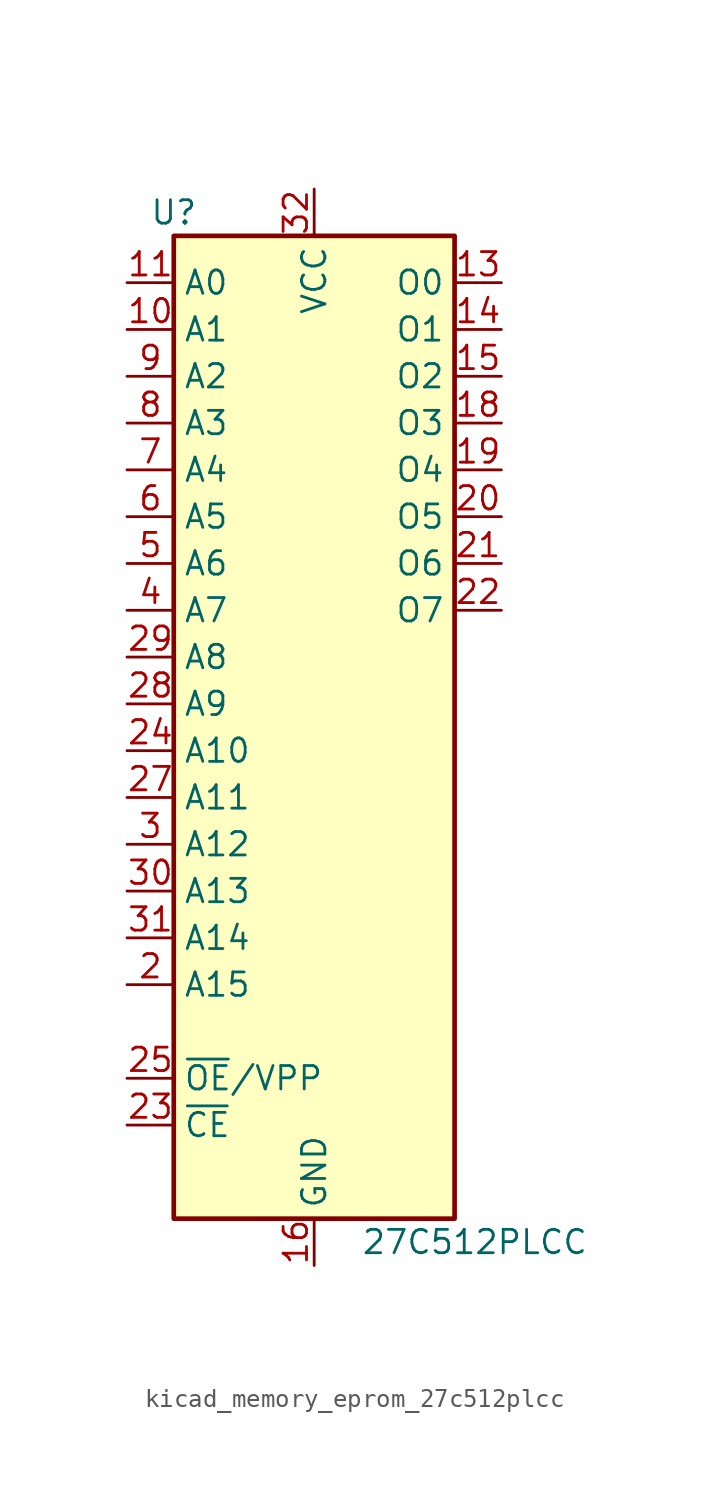
<source format=kicad_sym>
(kicad_symbol_lib
  (version 20220914)
  (generator kicad_symbol_editor)
  (symbol "kicad_memory_eprom_27c512plcc"
    (property "Reference" "U"
      (at -7.62 26.67 0)
      (effects (font (size 1.27 1.27))))
    (property "Value" "27C512PLCC"
      (at 2.54 -29.21 0)
      (effects (font (size 1.27 1.27)) (justify left)))
    (symbol "kicad_memory_eprom_27c512plcc_1_1"
      (rectangle (start -7.62 25.4) (end 7.62 -27.94) (stroke (width 0.254) (type default)) (fill (type background)))
      (pin no_connect line (at 7.62 -17.78 180) (length 2.54) hide (name "NC" (effects (font (size 1.27 1.27)))) (number "1" (effects (font (size 1.27 1.27)))))
      (pin input line (at -10.16 20.32 0) (length 2.54) (name "A1" (effects (font (size 1.27 1.27)))) (number "10" (effects (font (size 1.27 1.27)))))
      (pin input line (at -10.16 22.86 0) (length 2.54) (name "A0" (effects (font (size 1.27 1.27)))) (number "11" (effects (font (size 1.27 1.27)))))
      (pin no_connect line (at 7.62 -22.86 180) (length 2.54) hide (name "NC" (effects (font (size 1.27 1.27)))) (number "12" (effects (font (size 1.27 1.27)))))
      (pin tri_state line (at 10.16 22.86 180) (length 2.54) (name "O0" (effects (font (size 1.27 1.27)))) (number "13" (effects (font (size 1.27 1.27)))))
      (pin tri_state line (at 10.16 20.32 180) (length 2.54) (name "O1" (effects (font (size 1.27 1.27)))) (number "14" (effects (font (size 1.27 1.27)))))
      (pin tri_state line (at 10.16 17.78 180) (length 2.54) (name "O2" (effects (font (size 1.27 1.27)))) (number "15" (effects (font (size 1.27 1.27)))))
      (pin power_in line (at 0 -30.48 90) (length 2.54) (name "GND" (effects (font (size 1.27 1.27)))) (number "16" (effects (font (size 1.27 1.27)))))
      (pin no_connect line (at 7.62 -20.32 180) (length 2.54) hide (name "NC" (effects (font (size 1.27 1.27)))) (number "17" (effects (font (size 1.27 1.27)))))
      (pin tri_state line (at 10.16 15.24 180) (length 2.54) (name "O3" (effects (font (size 1.27 1.27)))) (number "18" (effects (font (size 1.27 1.27)))))
      (pin tri_state line (at 10.16 12.7 180) (length 2.54) (name "O4" (effects (font (size 1.27 1.27)))) (number "19" (effects (font (size 1.27 1.27)))))
      (pin input line (at -10.16 -15.24 0) (length 2.54) (name "A15" (effects (font (size 1.27 1.27)))) (number "2" (effects (font (size 1.27 1.27)))))
      (pin tri_state line (at 10.16 10.16 180) (length 2.54) (name "O5" (effects (font (size 1.27 1.27)))) (number "20" (effects (font (size 1.27 1.27)))))
      (pin tri_state line (at 10.16 7.62 180) (length 2.54) (name "O6" (effects (font (size 1.27 1.27)))) (number "21" (effects (font (size 1.27 1.27)))))
      (pin tri_state line (at 10.16 5.08 180) (length 2.54) (name "O7" (effects (font (size 1.27 1.27)))) (number "22" (effects (font (size 1.27 1.27)))))
      (pin input line (at -10.16 -22.86 0) (length 2.54) (name "~{CE}" (effects (font (size 1.27 1.27)))) (number "23" (effects (font (size 1.27 1.27)))))
      (pin input line (at -10.16 -2.54 0) (length 2.54) (name "A10" (effects (font (size 1.27 1.27)))) (number "24" (effects (font (size 1.27 1.27)))))
      (pin input line (at -10.16 -20.32 0) (length 2.54) (name "~{OE}/VPP" (effects (font (size 1.27 1.27)))) (number "25" (effects (font (size 1.27 1.27)))))
      (pin no_connect line (at 7.62 -25.4 180) (length 2.54) hide (name "NC" (effects (font (size 1.27 1.27)))) (number "26" (effects (font (size 1.27 1.27)))))
      (pin input line (at -10.16 -5.08 0) (length 2.54) (name "A11" (effects (font (size 1.27 1.27)))) (number "27" (effects (font (size 1.27 1.27)))))
      (pin input line (at -10.16 0 0) (length 2.54) (name "A9" (effects (font (size 1.27 1.27)))) (number "28" (effects (font (size 1.27 1.27)))))
      (pin input line (at -10.16 2.54 0) (length 2.54) (name "A8" (effects (font (size 1.27 1.27)))) (number "29" (effects (font (size 1.27 1.27)))))
      (pin input line (at -10.16 -7.62 0) (length 2.54) (name "A12" (effects (font (size 1.27 1.27)))) (number "3" (effects (font (size 1.27 1.27)))))
      (pin input line (at -10.16 -10.16 0) (length 2.54) (name "A13" (effects (font (size 1.27 1.27)))) (number "30" (effects (font (size 1.27 1.27)))))
      (pin input line (at -10.16 -12.7 0) (length 2.54) (name "A14" (effects (font (size 1.27 1.27)))) (number "31" (effects (font (size 1.27 1.27)))))
      (pin power_in line (at 0 27.94 270) (length 2.54) (name "VCC" (effects (font (size 1.27 1.27)))) (number "32" (effects (font (size 1.27 1.27)))))
      (pin input line (at -10.16 5.08 0) (length 2.54) (name "A7" (effects (font (size 1.27 1.27)))) (number "4" (effects (font (size 1.27 1.27)))))
      (pin input line (at -10.16 7.62 0) (length 2.54) (name "A6" (effects (font (size 1.27 1.27)))) (number "5" (effects (font (size 1.27 1.27)))))
      (pin input line (at -10.16 10.16 0) (length 2.54) (name "A5" (effects (font (size 1.27 1.27)))) (number "6" (effects (font (size 1.27 1.27)))))
      (pin input line (at -10.16 12.7 0) (length 2.54) (name "A4" (effects (font (size 1.27 1.27)))) (number "7" (effects (font (size 1.27 1.27)))))
      (pin input line (at -10.16 15.24 0) (length 2.54) (name "A3" (effects (font (size 1.27 1.27)))) (number "8" (effects (font (size 1.27 1.27)))))
      (pin input line (at -10.16 17.78 0) (length 2.54) (name "A2" (effects (font (size 1.27 1.27)))) (number "9" (effects (font (size 1.27 1.27))))))))
</source>
